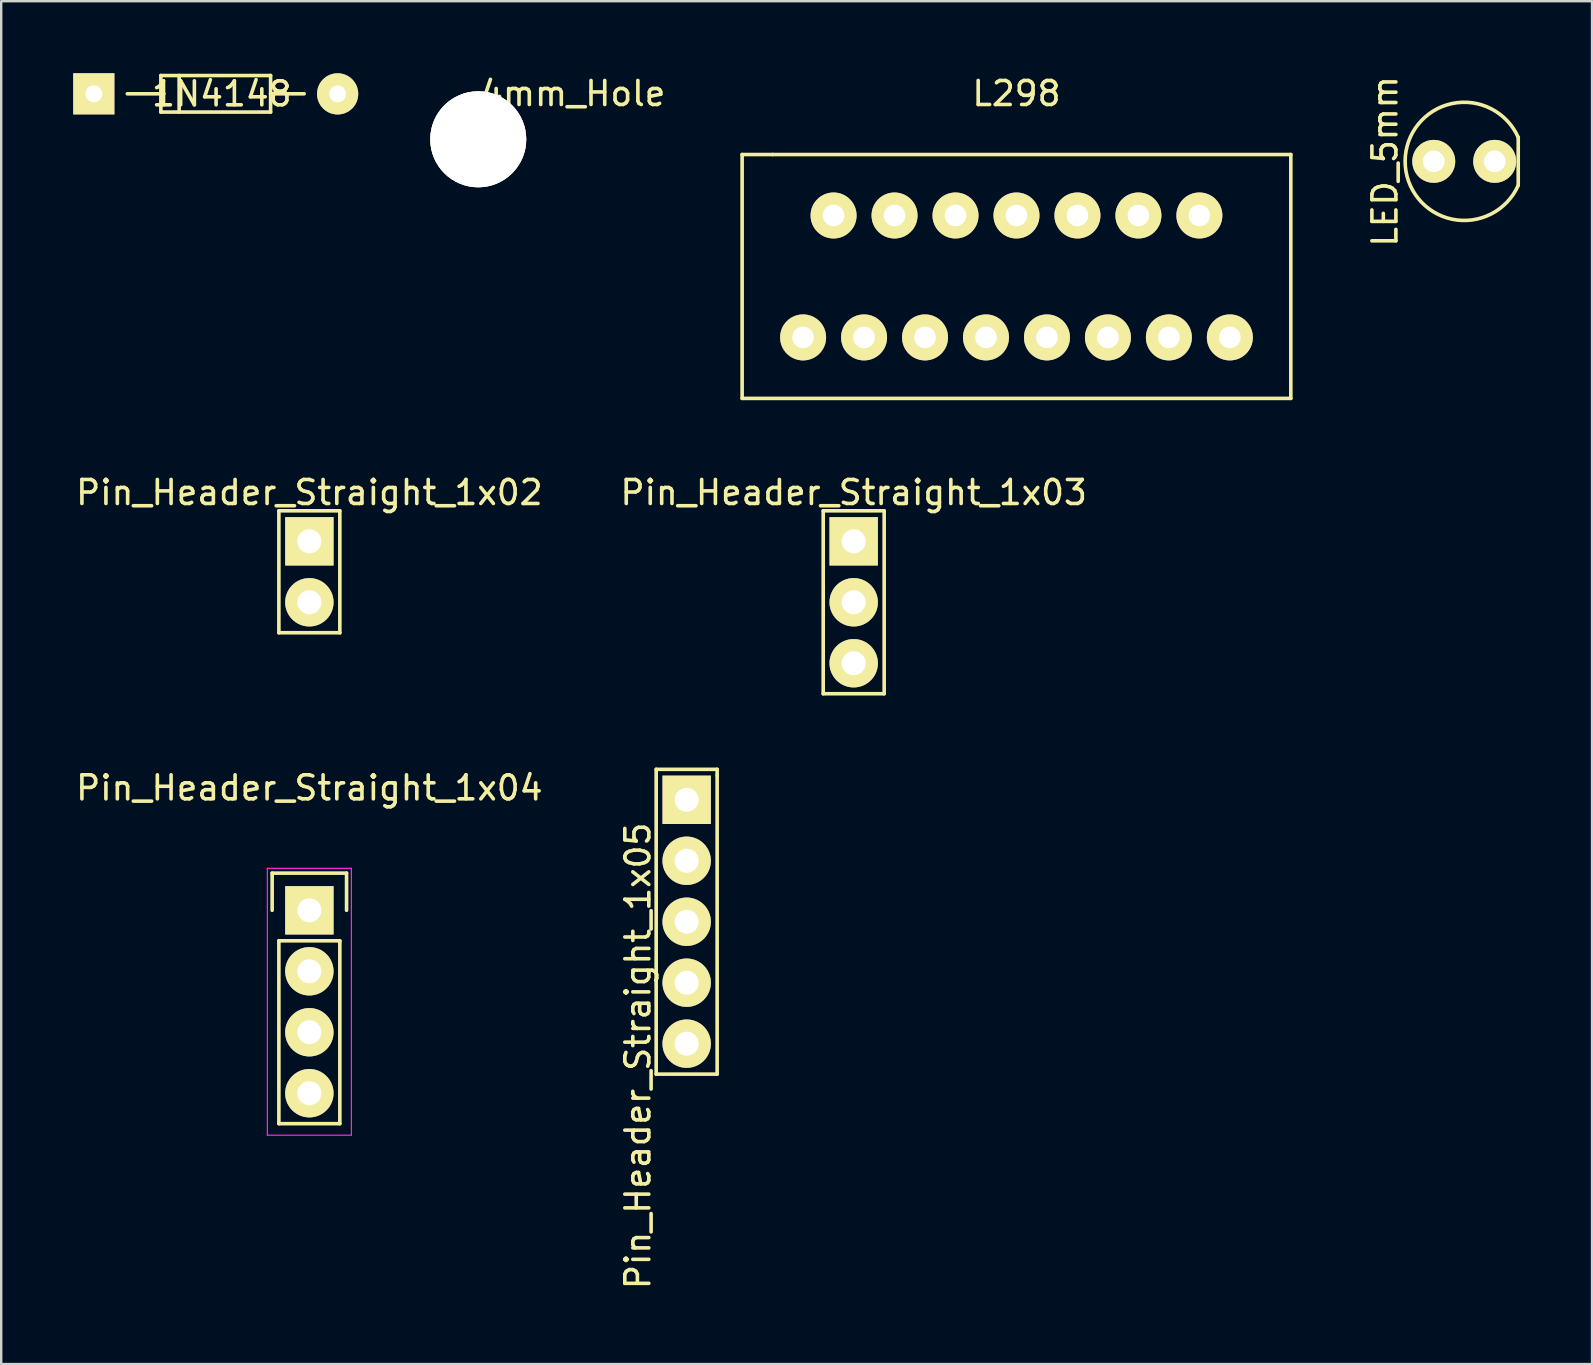
<source format=kicad_pcb>
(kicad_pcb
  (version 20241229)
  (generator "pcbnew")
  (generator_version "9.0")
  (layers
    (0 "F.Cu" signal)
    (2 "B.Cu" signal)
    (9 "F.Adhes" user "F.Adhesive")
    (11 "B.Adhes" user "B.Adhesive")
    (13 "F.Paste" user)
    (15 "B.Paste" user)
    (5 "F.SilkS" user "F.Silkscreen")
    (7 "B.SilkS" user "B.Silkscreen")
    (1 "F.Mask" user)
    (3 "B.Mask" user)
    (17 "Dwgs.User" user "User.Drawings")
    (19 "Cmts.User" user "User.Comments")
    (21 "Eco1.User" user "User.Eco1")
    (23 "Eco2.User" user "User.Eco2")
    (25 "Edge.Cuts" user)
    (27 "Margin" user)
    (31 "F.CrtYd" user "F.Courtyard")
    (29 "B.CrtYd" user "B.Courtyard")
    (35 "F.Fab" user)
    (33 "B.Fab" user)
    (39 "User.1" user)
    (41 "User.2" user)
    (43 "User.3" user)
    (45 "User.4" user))
  (footprint "Pin_Header_Straight_1x05"
    (layer "F.Cu")
    (at 25.559 30.273)
    (property "Reference" "Pin_Header_Straight_1x05" (at -2.032 10.668 90) (layer "F.SilkS") (effects (font (size 1 1) (thickness 0.15))))
    (attr through_hole)
    (fp_line (start -1.27 -1.27) (end -1.27 11.43) (stroke (width 0.15) (type solid)) (layer "F.SilkS"))
    (fp_line (start -1.27 -1.27) (end 1.27 -1.27) (stroke (width 0.15) (type solid)) (layer "F.SilkS"))
    (fp_line (start -1.27 11.43) (end 1.27 11.43) (stroke (width 0.15) (type solid)) (layer "F.SilkS"))
    (fp_line (start 1.27 -1.27) (end 1.27 -1.016) (stroke (width 0.15) (type solid)) (layer "F.SilkS"))
    (fp_line (start 1.27 11.43) (end 1.27 -1.016) (stroke (width 0.15) (type solid)) (layer "F.SilkS"))
    (pad "1" thru_hole rect (at 0 0) (size 2.016 2.016) (drill 1) (layers "*.Cu" "*.Mask" "F.SilkS"))
    (pad "2" thru_hole circle (at 0 2.54) (size 2.016 2.016) (drill 1) (layers "*.Cu" "*.Mask" "F.SilkS"))
    (pad "3" thru_hole circle (at 0 5.08) (size 2.016 2.016) (drill 1) (layers "*.Cu" "*.Mask" "F.SilkS"))
    (pad "4" thru_hole circle (at 0 7.62) (size 2.016 2.016) (drill 1) (layers "*.Cu" "*.Mask" "F.SilkS"))
    (pad "5" thru_hole circle (at 0 10.16) (size 2.016 2.016) (drill 1) (layers "*.Cu" "*.Mask" "F.SilkS")))
  (footprint "1N4148"
    (layer "F.Cu")
    (at 0.857 0.861)
    (property "Reference" "1N4148" (at 5.334 0 0) (layer "F.SilkS") (effects (font (size 1 1) (thickness 0.15))))
    (attr through_hole)
    (fp_line (start 2.795 -0.765) (end 2.795 -0.003) (stroke (width 0.15) (type solid)) (layer "F.SilkS"))
    (fp_line (start 2.795 -0.003) (end 2.795 0.759) (stroke (width 0.15) (type solid)) (layer "F.SilkS"))
    (fp_line (start 2.795 0.759) (end 7.367 0.759) (stroke (width 0.15) (type solid)) (layer "F.SilkS"))
    (fp_line (start 2.922 -0.003) (end 1.398 -0.003) (stroke (width 0.15) (type solid)) (layer "F.SilkS"))
    (fp_line (start 3.557 -0.765) (end 3.557 0.759) (stroke (width 0.15) (type solid)) (layer "F.SilkS"))
    (fp_line (start 7.367 -0.765) (end 2.795 -0.765) (stroke (width 0.15) (type solid)) (layer "F.SilkS"))
    (fp_line (start 7.367 -0.003) (end 8.764 -0.003) (stroke (width 0.15) (type solid)) (layer "F.SilkS"))
    (fp_line (start 7.367 0.759) (end 7.367 -0.765) (stroke (width 0.15) (type solid)) (layer "F.SilkS"))
    (pad "1" thru_hole rect (at 0.001 -0.003 180) (size 1.716 1.716) (drill 0.7) (layers "*.Cu" "*.Mask" "F.SilkS"))
    (pad "2" thru_hole circle (at 10.16 0) (size 1.716 1.716) (drill 0.7) (layers "*.Cu" "*.Mask" "F.SilkS")))
  (footprint "Pin_Header_Straight_1x02"
    (layer "F.Cu")
    (at 9.839 19.503)
    (property "Reference" "Pin_Header_Straight_1x02" (at 0 -2.032 0) (layer "F.SilkS") (effects (font (size 1 1) (thickness 0.15))))
    (attr through_hole)
    (fp_line (start -1.27 -1.27) (end -1.27 3.81) (stroke (width 0.15) (type solid)) (layer "F.SilkS"))
    (fp_line (start -1.27 3.81) (end 1.27 3.81) (stroke (width 0.15) (type solid)) (layer "F.SilkS"))
    (fp_line (start 1.27 -1.27) (end -1.27 -1.27) (stroke (width 0.15) (type solid)) (layer "F.SilkS"))
    (fp_line (start 1.27 3.81) (end 1.27 -1.27) (stroke (width 0.15) (type solid)) (layer "F.SilkS"))
    (pad "1" thru_hole rect (at 0 0) (size 2.016 2.016) (drill 1) (layers "*.Cu" "*.Mask" "F.SilkS"))
    (pad "2" thru_hole circle (at 0 2.54) (size 2.016 2.016) (drill 1) (layers "*.Cu" "*.Mask" "F.SilkS")))
  (footprint "LED_5mm"
    (layer "F.Cu")
    (at 57.955 3.673)
    (property "Reference" "LED_5mm" (at -3.302 0 90) (layer "F.SilkS") (effects (font (size 1 1) (thickness 0.15))))
    (attr through_hole)
    (fp_line (start 2.25 -1) (end 2.25 1) (stroke (width 0.15) (type solid)) (layer "F.SilkS"))
    (fp_arc (start 2.25 1) (mid -2.462214 0.001612) (end 2.248689 -1.002945) (stroke (width 0.15) (type solid)) (layer "F.SilkS"))
    (pad "1" thru_hole circle (at 1.27 0) (size 1.789 1.789) (drill 0.9) (layers "*.Cu" "*.Mask" "F.SilkS"))
    (pad "2" thru_hole circle (at -1.27 0) (size 1.789 1.789) (drill 0.9) (layers "*.Cu" "*.Mask" "F.SilkS")))
  (footprint "Pin_Header_Straight_1x04"
    (layer "F.Cu")
    (at 9.839 34.877)
    (property "Reference" "Pin_Header_Straight_1x04" (at 0 -5.1 0) (layer "F.SilkS") (effects (font (size 1 1) (thickness 0.15))))
    (attr through_hole)
    (fp_line (start -1.55 -1.55) (end 1.55 -1.55) (stroke (width 0.15) (type solid)) (layer "F.SilkS"))
    (fp_line (start -1.55 0) (end -1.55 -1.55) (stroke (width 0.15) (type solid)) (layer "F.SilkS"))
    (fp_line (start -1.27 8.89) (end -1.27 1.27) (stroke (width 0.15) (type solid)) (layer "F.SilkS"))
    (fp_line (start -1.27 8.89) (end 1.27 8.89) (stroke (width 0.15) (type solid)) (layer "F.SilkS"))
    (fp_line (start 1.27 1.27) (end -1.27 1.27) (stroke (width 0.15) (type solid)) (layer "F.SilkS"))
    (fp_line (start 1.27 1.27) (end 1.27 8.89) (stroke (width 0.15) (type solid)) (layer "F.SilkS"))
    (fp_line (start 1.55 -1.55) (end 1.55 0) (stroke (width 0.15) (type solid)) (layer "F.SilkS"))
    (fp_line (start -1.75 -1.75) (end -1.75 9.37) (stroke (width 0.05) (type solid)) (layer "F.CrtYd"))
    (fp_line (start -1.75 -1.75) (end 1.75 -1.75) (stroke (width 0.05) (type solid)) (layer "F.CrtYd"))
    (fp_line (start -1.75 9.37) (end 1.75 9.37) (stroke (width 0.05) (type solid)) (layer "F.CrtYd"))
    (fp_line (start 1.75 -1.75) (end 1.75 9.37) (stroke (width 0.05) (type solid)) (layer "F.CrtYd"))
    (pad "1" thru_hole rect (at 0 0) (size 2.016 2.016) (drill 1) (layers "*.Cu" "*.Mask" "F.SilkS"))
    (pad "2" thru_hole circle (at 0 2.54) (size 2.016 2.016) (drill 1) (layers "*.Cu" "*.Mask" "F.SilkS"))
    (pad "3" thru_hole circle (at 0 5.08) (size 2.016 2.016) (drill 1) (layers "*.Cu" "*.Mask" "F.SilkS"))
    (pad "4" thru_hole circle (at 0 7.62) (size 2.016 2.016) (drill 1) (layers "*.Cu" "*.Mask" "F.SilkS")))
  (footprint "Pin_Header_Straight_1x03"
    (layer "F.Cu")
    (at 32.518 19.503)
    (property "Reference" "Pin_Header_Straight_1x03" (at 0 -2.032 0) (layer "F.SilkS") (effects (font (size 1 1) (thickness 0.15))))
    (attr through_hole)
    (fp_line (start -1.27 -1.27) (end -1.27 6.35) (stroke (width 0.15) (type solid)) (layer "F.SilkS"))
    (fp_line (start -1.27 6.35) (end 1.27 6.35) (stroke (width 0.15) (type solid)) (layer "F.SilkS"))
    (fp_line (start 1.27 -1.27) (end -1.27 -1.27) (stroke (width 0.15) (type solid)) (layer "F.SilkS"))
    (fp_line (start 1.27 6.35) (end 1.27 -1.27) (stroke (width 0.15) (type solid)) (layer "F.SilkS"))
    (pad "1" thru_hole rect (at 0 0) (size 2.016 2.016) (drill 1) (layers "*.Cu" "*.Mask" "F.SilkS"))
    (pad "2" thru_hole circle (at 0 2.54) (size 2.016 2.016) (drill 1) (layers "*.Cu" "*.Mask" "F.SilkS"))
    (pad "3" thru_hole circle (at 0 5.08) (size 2.016 2.016) (drill 1) (layers "*.Cu" "*.Mask" "F.SilkS")))
  (footprint "4mm_Hole"
    (layer "F.Cu")
    (at 16.875 2.753)
    (property "Reference" "4mm_Hole" (at 3.937 -1.905 0) (layer "F.SilkS") (effects (font (size 1 1) (thickness 0.15))))
    (attr through_hole)
    (pad "1" thru_hole circle (at 0 0) (size 4 4) (drill 4) (layers "*.Cu" "*.Mask" "F.SilkS")))
  (footprint "L298"
    (layer "F.Cu")
    (at 30.41 5.928)
    (property "Reference" "L298" (at 8.89 -5.08 0) (layer "F.SilkS") (effects (font (size 1 1) (thickness 0.15))))
    (attr through_hole)
    (fp_line (start -2.54 -2.54) (end -1.27 -2.54) (stroke (width 0.15) (type solid)) (layer "F.SilkS"))
    (fp_line (start -2.54 7.62) (end -2.54 -2.54) (stroke (width 0.15) (type solid)) (layer "F.SilkS"))
    (fp_line (start -1.27 -2.54) (end 20.32 -2.54) (stroke (width 0.15) (type solid)) (layer "F.SilkS"))
    (fp_line (start 20.32 -2.54) (end 20.32 7.62) (stroke (width 0.15) (type solid)) (layer "F.SilkS"))
    (fp_line (start 20.32 7.62) (end -2.54 7.62) (stroke (width 0.15) (type solid)) (layer "F.SilkS"))
    (pad "1" thru_hole circle (at 0 5.08) (size 1.916 1.916) (drill 0.9) (layers "*.Cu" "*.Mask" "F.SilkS"))
    (pad "2" thru_hole circle (at 1.27 0) (size 1.916 1.916) (drill 0.9) (layers "*.Cu" "*.Mask" "F.SilkS"))
    (pad "3" thru_hole circle (at 2.54 5.08) (size 1.916 1.916) (drill 0.9) (layers "*.Cu" "*.Mask" "F.SilkS"))
    (pad "4" thru_hole circle (at 3.81 0) (size 1.916 1.916) (drill 0.9) (layers "*.Cu" "*.Mask" "F.SilkS"))
    (pad "5" thru_hole circle (at 5.08 5.08) (size 1.916 1.916) (drill 0.9) (layers "*.Cu" "*.Mask" "F.SilkS"))
    (pad "6" thru_hole circle (at 6.35 0) (size 1.916 1.916) (drill 0.9) (layers "*.Cu" "*.Mask" "F.SilkS"))
    (pad "7" thru_hole circle (at 7.62 5.08) (size 1.916 1.916) (drill 0.9) (layers "*.Cu" "*.Mask" "F.SilkS"))
    (pad "8" thru_hole circle (at 8.89 0) (size 1.916 1.916) (drill 0.9) (layers "*.Cu" "*.Mask" "F.SilkS"))
    (pad "9" thru_hole circle (at 10.16 5.08) (size 1.916 1.916) (drill 0.9) (layers "*.Cu" "*.Mask" "F.SilkS"))
    (pad "10" thru_hole circle (at 11.43 0) (size 1.916 1.916) (drill 0.9) (layers "*.Cu" "*.Mask" "F.SilkS"))
    (pad "11" thru_hole circle (at 12.7 5.08) (size 1.916 1.916) (drill 0.9) (layers "*.Cu" "*.Mask" "F.SilkS"))
    (pad "12" thru_hole circle (at 13.97 0) (size 1.916 1.916) (drill 0.9) (layers "*.Cu" "*.Mask" "F.SilkS"))
    (pad "13" thru_hole circle (at 15.24 5.08) (size 1.916 1.916) (drill 0.9) (layers "*.Cu" "*.Mask" "F.SilkS"))
    (pad "14" thru_hole circle (at 16.51 0) (size 1.916 1.916) (drill 0.9) (layers "*.Cu" "*.Mask" "F.SilkS"))
    (pad "15" thru_hole circle (at 17.78 5.08) (size 1.916 1.916) (drill 0.9) (layers "*.Cu" "*.Mask" "F.SilkS")))
  (gr_rect
    (start -3 -3)
    (end 63.28 53.781)
    (stroke (width 0.1) (type default))
    (fill no)
    (layer "Edge.Cuts")))
</source>
